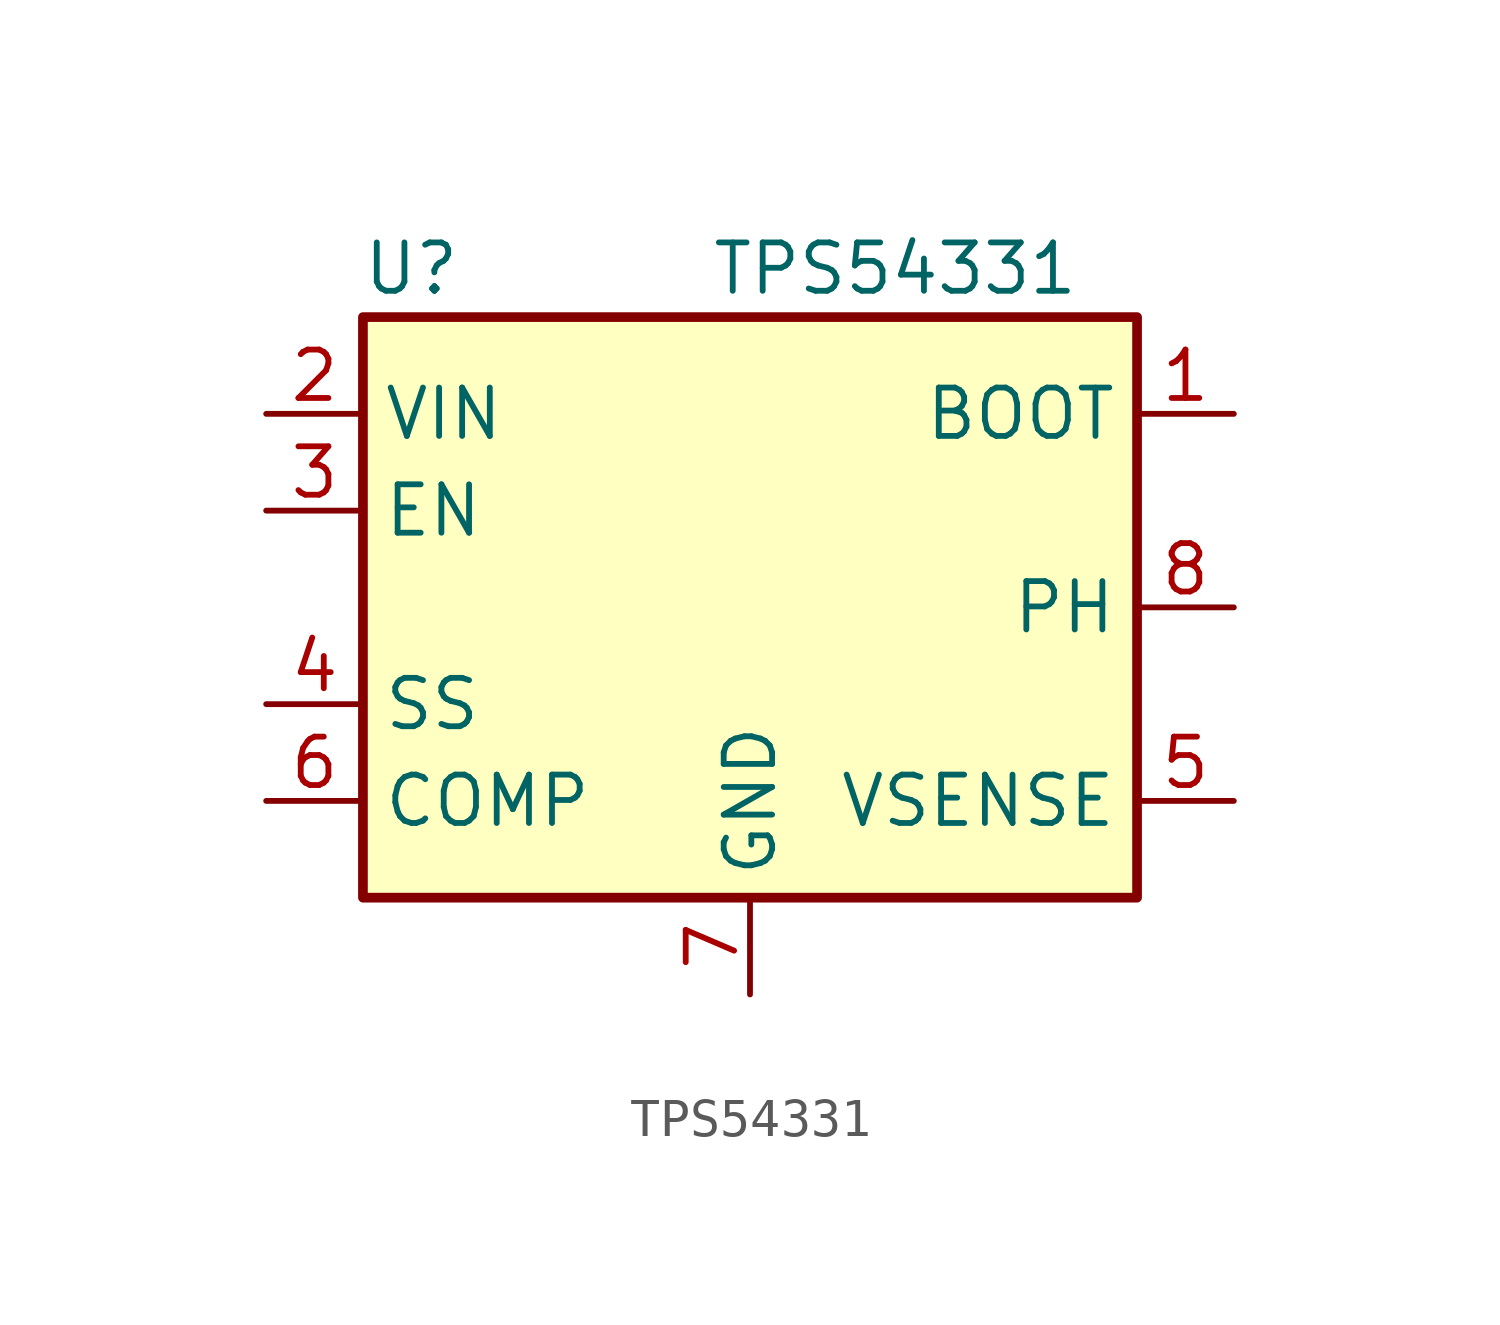
<source format=kicad_sym>
(kicad_symbol_lib
  (version 20211014)
  (generator kicad_symbol_editor)
  (symbol "TPS54331"
    (property "Reference" "U"
      (at -8.89 8.89 0)
      (effects (font (size 1.27 1.27))))
    (property "Value" "TPS54331"
      (at 3.81 8.89 0)
      (effects (font (size 1.27 1.27))))
    (symbol "TPS54331_1_1"
      (rectangle (start -10.16 7.62) (end 10.16 -7.62) (stroke (width 0.254) (type default) (color 0 0 0 0)) (fill (type background)))
      (pin output line (at 12.7 5.08 180) (length 2.54) (name "BOOT" (effects (font (size 1.27 1.27)))) (number "1" (effects (font (size 1.27 1.27)))))
      (pin power_in line (at -12.7 5.08 0) (length 2.54) (name "VIN" (effects (font (size 1.27 1.27)))) (number "2" (effects (font (size 1.27 1.27)))))
      (pin input line (at -12.7 2.54 0) (length 2.54) (name "EN" (effects (font (size 1.27 1.27)))) (number "3" (effects (font (size 1.27 1.27)))))
      (pin output line (at -12.7 -2.54 0) (length 2.54) (name "SS" (effects (font (size 1.27 1.27)))) (number "4" (effects (font (size 1.27 1.27)))))
      (pin input line (at 12.7 -5.08 180) (length 2.54) (name "VSENSE" (effects (font (size 1.27 1.27)))) (number "5" (effects (font (size 1.27 1.27)))))
      (pin output line (at -12.7 -5.08 0) (length 2.54) (name "COMP" (effects (font (size 1.27 1.27)))) (number "6" (effects (font (size 1.27 1.27)))))
      (pin power_in line (at 0 -10.16 90) (length 2.54) (name "GND" (effects (font (size 1.27 1.27)))) (number "7" (effects (font (size 1.27 1.27)))))
      (pin output line (at 12.7 0 180) (length 2.54) (name "PH" (effects (font (size 1.27 1.27)))) (number "8" (effects (font (size 1.27 1.27)))))
      (pin power_in line (at 0 -10.16 90) (length 2.54) hide (name "GND" (effects (font (size 1.27 1.27)))) (number "9" (effects (font (size 1.27 1.27))))))))
</source>
